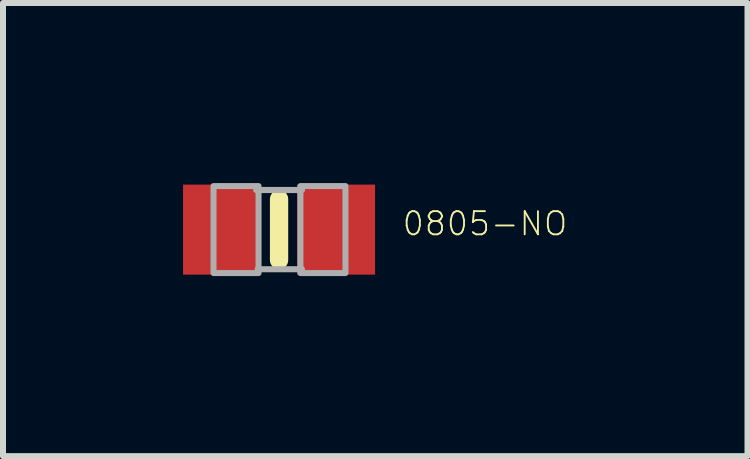
<source format=kicad_pcb>
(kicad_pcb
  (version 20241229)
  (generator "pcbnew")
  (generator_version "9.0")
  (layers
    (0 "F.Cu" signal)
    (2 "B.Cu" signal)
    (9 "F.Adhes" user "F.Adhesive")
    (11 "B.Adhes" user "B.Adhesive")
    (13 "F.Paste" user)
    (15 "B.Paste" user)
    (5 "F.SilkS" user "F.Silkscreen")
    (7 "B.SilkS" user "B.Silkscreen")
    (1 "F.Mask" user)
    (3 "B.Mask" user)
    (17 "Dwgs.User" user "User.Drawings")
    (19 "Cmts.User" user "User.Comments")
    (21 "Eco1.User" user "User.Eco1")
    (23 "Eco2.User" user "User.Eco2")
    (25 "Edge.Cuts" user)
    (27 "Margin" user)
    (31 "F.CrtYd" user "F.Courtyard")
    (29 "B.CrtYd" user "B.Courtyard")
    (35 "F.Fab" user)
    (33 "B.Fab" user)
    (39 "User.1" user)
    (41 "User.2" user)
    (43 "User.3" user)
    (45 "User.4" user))
  (footprint "0805-NO"
    (layer "F.Cu")
    (at 1.6 0.776)
    (property "Reference" "0805-NO" (at 2.032 0.127 0) (layer "F.SilkS") (effects (font (size 0.386 0.386) (thickness 0.031)) (justify left bottom)))
    (attr through_hole)
    (fp_line (start 0 -0.508) (end 0 0.508) (stroke (width 0.305) (type solid)) (layer "F.SilkS"))
    (fp_line (start -0.381 -0.66) (end 0.381 -0.66) (stroke (width 0.102) (type solid)) (layer "F.Fab"))
    (fp_line (start -0.356 0.66) (end 0.381 0.66) (stroke (width 0.102) (type solid)) (layer "F.Fab"))
    (fp_poly (pts (xy -1.092 0.724) (xy -0.342 0.724) (xy -0.342 -0.726) (xy -1.092 -0.726)) (stroke (width 0.1) (type solid)) (fill no) (layer "F.Fab"))
    (fp_poly (pts (xy 0.356 0.724) (xy 1.106 0.724) (xy 1.106 -0.726) (xy 0.356 -0.726)) (stroke (width 0.1) (type solid)) (fill no) (layer "F.Fab"))
    (pad "1" smd rect (at -0.95 0) (size 1.3 1.5) (layers "F.Cu" "F.Mask" "F.Paste"))
    (pad "2" smd rect (at 0.95 0) (size 1.3 1.5) (layers "F.Cu" "F.Mask" "F.Paste")))
  (gr_rect
    (start -3 -3)
    (end 9.405 4.55)
    (stroke (width 0.1) (type default))
    (fill no)
    (layer "Edge.Cuts")))
</source>
